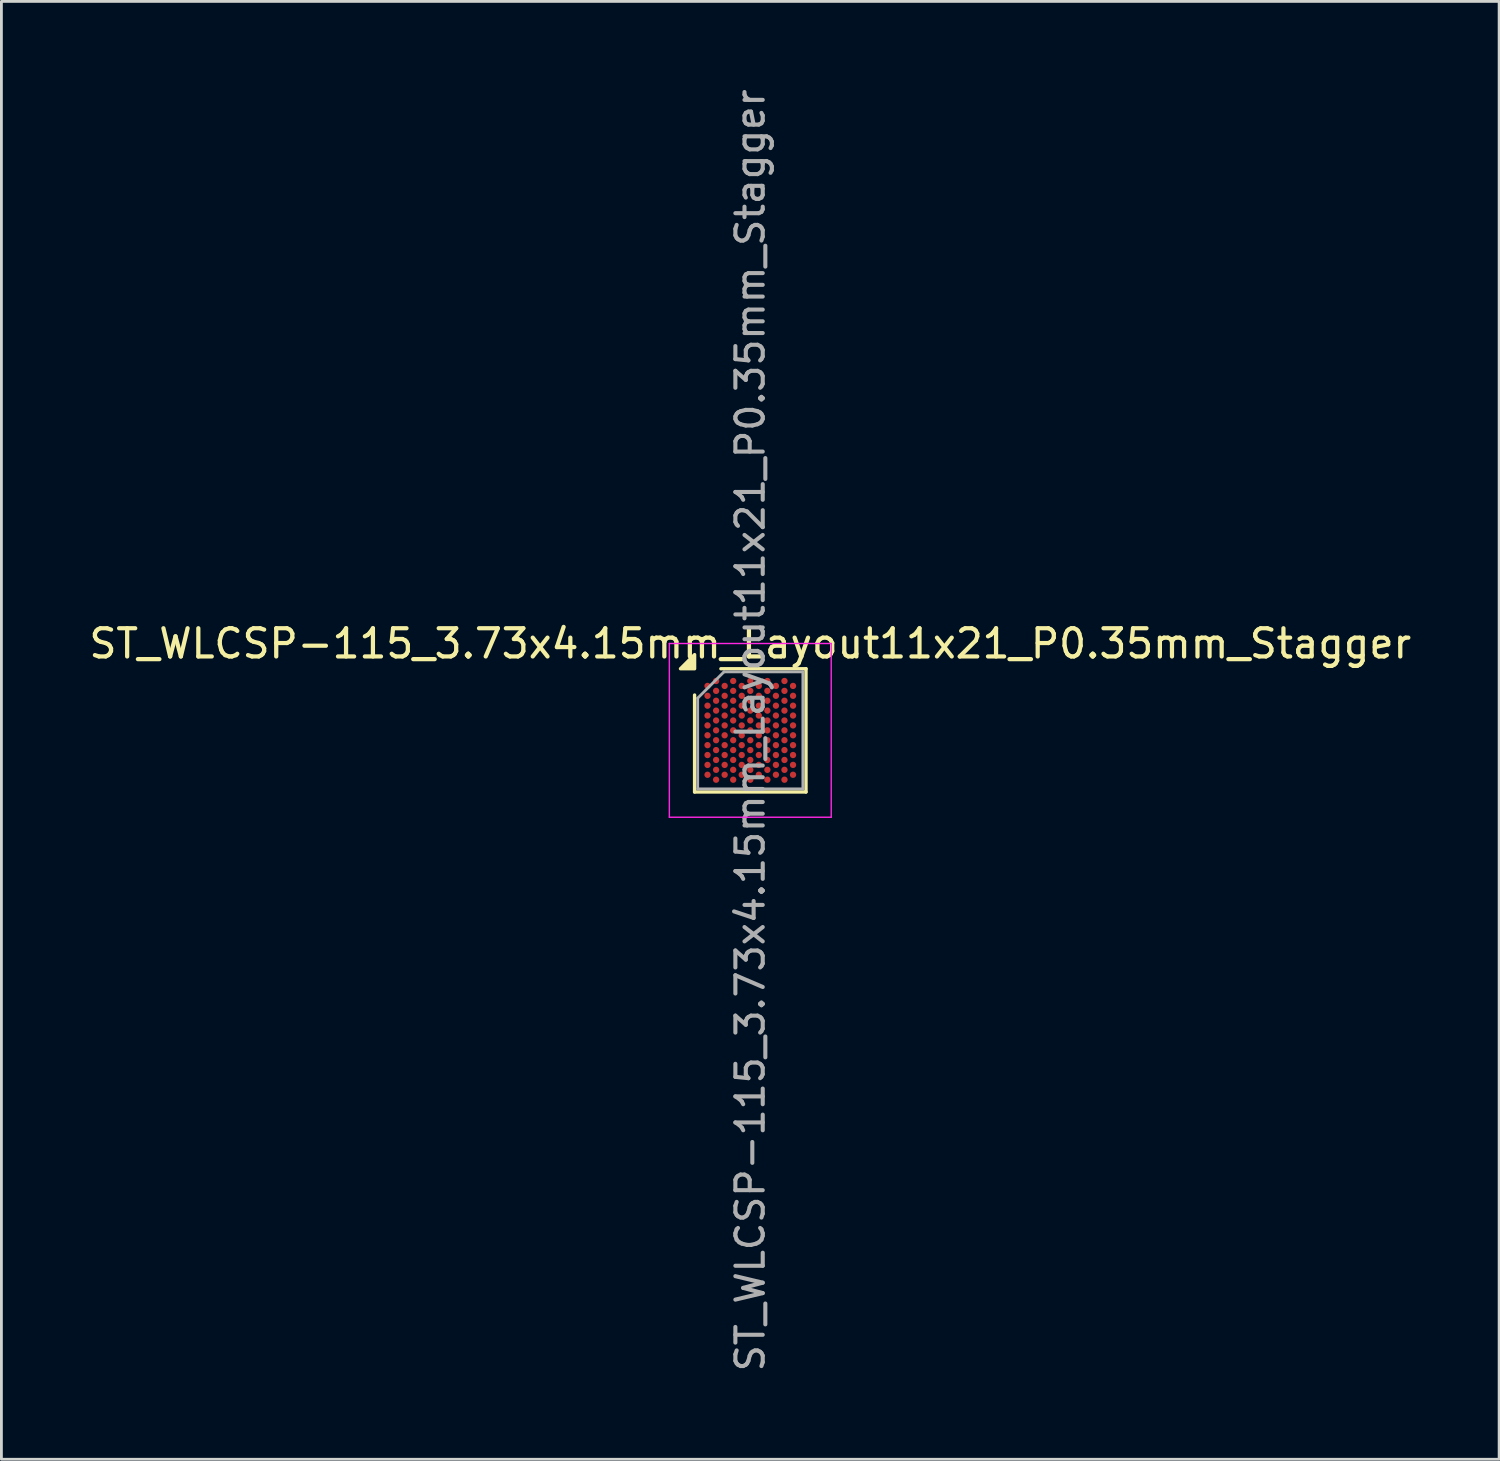
<source format=kicad_pcb>
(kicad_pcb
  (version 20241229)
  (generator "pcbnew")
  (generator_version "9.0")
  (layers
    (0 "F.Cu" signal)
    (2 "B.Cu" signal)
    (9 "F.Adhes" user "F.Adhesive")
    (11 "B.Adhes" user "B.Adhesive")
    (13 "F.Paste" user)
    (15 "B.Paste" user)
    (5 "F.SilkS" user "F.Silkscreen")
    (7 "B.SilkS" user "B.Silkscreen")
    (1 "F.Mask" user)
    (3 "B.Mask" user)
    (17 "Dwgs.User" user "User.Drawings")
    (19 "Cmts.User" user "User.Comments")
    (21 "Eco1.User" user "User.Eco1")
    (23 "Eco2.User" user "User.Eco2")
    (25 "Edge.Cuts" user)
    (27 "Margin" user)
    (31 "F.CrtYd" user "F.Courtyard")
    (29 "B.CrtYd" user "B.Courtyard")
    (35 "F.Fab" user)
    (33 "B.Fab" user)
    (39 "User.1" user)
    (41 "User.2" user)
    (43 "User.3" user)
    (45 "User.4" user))
  (footprint "ST_WLCSP-115_3.73x4.15mm_Layout11x21_P0.35mm_Stagger"
    (layer "F.Cu")
    (at 23.554 22.847)
    (property "Reference" "ST_WLCSP-115_3.73x4.15mm_Layout11x21_P0.35mm_Stagger" (at 0 -3.075 0) (layer "F.SilkS") (effects (font (size 1 1) (thickness 0.15))))
    (attr smd)
    (fp_line (start -1.975 2.185) (end -1.975 -1.252) (stroke (width 0.12) (type solid)) (layer "F.SilkS"))
    (fp_line (start -1.042 -2.185) (end 1.975 -2.185) (stroke (width 0.12) (type solid)) (layer "F.SilkS"))
    (fp_line (start 1.975 -2.185) (end 1.975 2.185) (stroke (width 0.12) (type solid)) (layer "F.SilkS"))
    (fp_line (start 1.975 2.185) (end -1.975 2.185) (stroke (width 0.12) (type solid)) (layer "F.SilkS"))
    (fp_poly (pts (xy -1.975 -2.185) (xy -2.475 -2.185) (xy -1.975 -2.685) (xy -1.975 -2.185)) (stroke (width 0.12) (type solid)) (fill yes) (layer "F.SilkS"))
    (fp_line (start -2.87 -3.08) (end -2.87 3.08) (stroke (width 0.05) (type solid)) (layer "F.CrtYd"))
    (fp_line (start -2.87 3.08) (end 2.87 3.08) (stroke (width 0.05) (type solid)) (layer "F.CrtYd"))
    (fp_line (start 2.87 -3.08) (end -2.87 -3.08) (stroke (width 0.05) (type solid)) (layer "F.CrtYd"))
    (fp_line (start 2.87 3.08) (end 2.87 -3.08) (stroke (width 0.05) (type solid)) (layer "F.CrtYd"))
    (fp_line (start -1.865 -1.143) (end -0.932 -2.075) (stroke (width 0.1) (type solid)) (layer "F.Fab"))
    (fp_line (start -1.865 2.075) (end -1.865 -1.143) (stroke (width 0.1) (type solid)) (layer "F.Fab"))
    (fp_line (start -0.932 -2.075) (end 1.865 -2.075) (stroke (width 0.1) (type solid)) (layer "F.Fab"))
    (fp_line (start 1.865 -2.075) (end 1.865 2.075) (stroke (width 0.1) (type solid)) (layer "F.Fab"))
    (fp_line (start 1.865 2.075) (end -1.865 2.075) (stroke (width 0.1) (type solid)) (layer "F.Fab"))
    (fp_text user "${REFERENCE}" (at 0 0 270) (layer "F.Fab") (effects (font (size 0.97 0.97) (thickness 0.145))))
    (pad "A2" smd circle (at -1.212 -1.75) (size 0.225 0.225) (property pad_prop_bga) (layers "F.Cu" "F.Mask" "F.Paste"))
    (pad "A4" smd circle (at -0.606 -1.75) (size 0.225 0.225) (property pad_prop_bga) (layers "F.Cu" "F.Mask" "F.Paste"))
    (pad "A6" smd circle (at 0 -1.75) (size 0.225 0.225) (property pad_prop_bga) (layers "F.Cu" "F.Mask" "F.Paste"))
    (pad "A8" smd circle (at 0.606 -1.75) (size 0.225 0.225) (property pad_prop_bga) (layers "F.Cu" "F.Mask" "F.Paste"))
    (pad "A10" smd circle (at 1.212 -1.75) (size 0.225 0.225) (property pad_prop_bga) (layers "F.Cu" "F.Mask" "F.Paste"))
    (pad "AA2" smd circle (at -1.212 1.75) (size 0.225 0.225) (property pad_prop_bga) (layers "F.Cu" "F.Mask" "F.Paste"))
    (pad "AA4" smd circle (at -0.606 1.75) (size 0.225 0.225) (property pad_prop_bga) (layers "F.Cu" "F.Mask" "F.Paste"))
    (pad "AA6" smd circle (at 0 1.75) (size 0.225 0.225) (property pad_prop_bga) (layers "F.Cu" "F.Mask" "F.Paste"))
    (pad "AA8" smd circle (at 0.606 1.75) (size 0.225 0.225) (property pad_prop_bga) (layers "F.Cu" "F.Mask" "F.Paste"))
    (pad "AA10" smd circle (at 1.212 1.75) (size 0.225 0.225) (property pad_prop_bga) (layers "F.Cu" "F.Mask" "F.Paste"))
    (pad "B1" smd circle (at -1.516 -1.575) (size 0.225 0.225) (property pad_prop_bga) (layers "F.Cu" "F.Mask" "F.Paste"))
    (pad "B3" smd circle (at -0.909 -1.575) (size 0.225 0.225) (property pad_prop_bga) (layers "F.Cu" "F.Mask" "F.Paste"))
    (pad "B5" smd circle (at -0.303 -1.575) (size 0.225 0.225) (property pad_prop_bga) (layers "F.Cu" "F.Mask" "F.Paste"))
    (pad "B7" smd circle (at 0.303 -1.575) (size 0.225 0.225) (property pad_prop_bga) (layers "F.Cu" "F.Mask" "F.Paste"))
    (pad "B9" smd circle (at 0.909 -1.575) (size 0.225 0.225) (property pad_prop_bga) (layers "F.Cu" "F.Mask" "F.Paste"))
    (pad "B11" smd circle (at 1.516 -1.575) (size 0.225 0.225) (property pad_prop_bga) (layers "F.Cu" "F.Mask" "F.Paste"))
    (pad "C2" smd circle (at -1.212 -1.4) (size 0.225 0.225) (property pad_prop_bga) (layers "F.Cu" "F.Mask" "F.Paste"))
    (pad "C4" smd circle (at -0.606 -1.4) (size 0.225 0.225) (property pad_prop_bga) (layers "F.Cu" "F.Mask" "F.Paste"))
    (pad "C6" smd circle (at 0 -1.4) (size 0.225 0.225) (property pad_prop_bga) (layers "F.Cu" "F.Mask" "F.Paste"))
    (pad "C8" smd circle (at 0.606 -1.4) (size 0.225 0.225) (property pad_prop_bga) (layers "F.Cu" "F.Mask" "F.Paste"))
    (pad "C10" smd circle (at 1.212 -1.4) (size 0.225 0.225) (property pad_prop_bga) (layers "F.Cu" "F.Mask" "F.Paste"))
    (pad "D1" smd circle (at -1.516 -1.225) (size 0.225 0.225) (property pad_prop_bga) (layers "F.Cu" "F.Mask" "F.Paste"))
    (pad "D3" smd circle (at -0.909 -1.225) (size 0.225 0.225) (property pad_prop_bga) (layers "F.Cu" "F.Mask" "F.Paste"))
    (pad "D5" smd circle (at -0.303 -1.225) (size 0.225 0.225) (property pad_prop_bga) (layers "F.Cu" "F.Mask" "F.Paste"))
    (pad "D7" smd circle (at 0.303 -1.225) (size 0.225 0.225) (property pad_prop_bga) (layers "F.Cu" "F.Mask" "F.Paste"))
    (pad "D9" smd circle (at 0.909 -1.225) (size 0.225 0.225) (property pad_prop_bga) (layers "F.Cu" "F.Mask" "F.Paste"))
    (pad "D11" smd circle (at 1.516 -1.225) (size 0.225 0.225) (property pad_prop_bga) (layers "F.Cu" "F.Mask" "F.Paste"))
    (pad "E2" smd circle (at -1.212 -1.05) (size 0.225 0.225) (property pad_prop_bga) (layers "F.Cu" "F.Mask" "F.Paste"))
    (pad "E4" smd circle (at -0.606 -1.05) (size 0.225 0.225) (property pad_prop_bga) (layers "F.Cu" "F.Mask" "F.Paste"))
    (pad "E6" smd circle (at 0 -1.05) (size 0.225 0.225) (property pad_prop_bga) (layers "F.Cu" "F.Mask" "F.Paste"))
    (pad "E8" smd circle (at 0.606 -1.05) (size 0.225 0.225) (property pad_prop_bga) (layers "F.Cu" "F.Mask" "F.Paste"))
    (pad "E10" smd circle (at 1.212 -1.05) (size 0.225 0.225) (property pad_prop_bga) (layers "F.Cu" "F.Mask" "F.Paste"))
    (pad "F1" smd circle (at -1.516 -0.875) (size 0.225 0.225) (property pad_prop_bga) (layers "F.Cu" "F.Mask" "F.Paste"))
    (pad "F3" smd circle (at -0.909 -0.875) (size 0.225 0.225) (property pad_prop_bga) (layers "F.Cu" "F.Mask" "F.Paste"))
    (pad "F5" smd circle (at -0.303 -0.875) (size 0.225 0.225) (property pad_prop_bga) (layers "F.Cu" "F.Mask" "F.Paste"))
    (pad "F7" smd circle (at 0.303 -0.875) (size 0.225 0.225) (property pad_prop_bga) (layers "F.Cu" "F.Mask" "F.Paste"))
    (pad "F9" smd circle (at 0.909 -0.875) (size 0.225 0.225) (property pad_prop_bga) (layers "F.Cu" "F.Mask" "F.Paste"))
    (pad "F11" smd circle (at 1.516 -0.875) (size 0.225 0.225) (property pad_prop_bga) (layers "F.Cu" "F.Mask" "F.Paste"))
    (pad "G2" smd circle (at -1.212 -0.7) (size 0.225 0.225) (property pad_prop_bga) (layers "F.Cu" "F.Mask" "F.Paste"))
    (pad "G4" smd circle (at -0.606 -0.7) (size 0.225 0.225) (property pad_prop_bga) (layers "F.Cu" "F.Mask" "F.Paste"))
    (pad "G6" smd circle (at 0 -0.7) (size 0.225 0.225) (property pad_prop_bga) (layers "F.Cu" "F.Mask" "F.Paste"))
    (pad "G8" smd circle (at 0.606 -0.7) (size 0.225 0.225) (property pad_prop_bga) (layers "F.Cu" "F.Mask" "F.Paste"))
    (pad "G10" smd circle (at 1.212 -0.7) (size 0.225 0.225) (property pad_prop_bga) (layers "F.Cu" "F.Mask" "F.Paste"))
    (pad "H1" smd circle (at -1.516 -0.525) (size 0.225 0.225) (property pad_prop_bga) (layers "F.Cu" "F.Mask" "F.Paste"))
    (pad "H3" smd circle (at -0.909 -0.525) (size 0.225 0.225) (property pad_prop_bga) (layers "F.Cu" "F.Mask" "F.Paste"))
    (pad "H5" smd circle (at -0.303 -0.525) (size 0.225 0.225) (property pad_prop_bga) (layers "F.Cu" "F.Mask" "F.Paste"))
    (pad "H7" smd circle (at 0.303 -0.525) (size 0.225 0.225) (property pad_prop_bga) (layers "F.Cu" "F.Mask" "F.Paste"))
    (pad "H9" smd circle (at 0.909 -0.525) (size 0.225 0.225) (property pad_prop_bga) (layers "F.Cu" "F.Mask" "F.Paste"))
    (pad "H11" smd circle (at 1.516 -0.525) (size 0.225 0.225) (property pad_prop_bga) (layers "F.Cu" "F.Mask" "F.Paste"))
    (pad "J2" smd circle (at -1.212 -0.35) (size 0.225 0.225) (property pad_prop_bga) (layers "F.Cu" "F.Mask" "F.Paste"))
    (pad "J4" smd circle (at -0.606 -0.35) (size 0.225 0.225) (property pad_prop_bga) (layers "F.Cu" "F.Mask" "F.Paste"))
    (pad "J6" smd circle (at 0 -0.35) (size 0.225 0.225) (property pad_prop_bga) (layers "F.Cu" "F.Mask" "F.Paste"))
    (pad "J8" smd circle (at 0.606 -0.35) (size 0.225 0.225) (property pad_prop_bga) (layers "F.Cu" "F.Mask" "F.Paste"))
    (pad "J10" smd circle (at 1.212 -0.35) (size 0.225 0.225) (property pad_prop_bga) (layers "F.Cu" "F.Mask" "F.Paste"))
    (pad "K1" smd circle (at -1.516 -0.175) (size 0.225 0.225) (property pad_prop_bga) (layers "F.Cu" "F.Mask" "F.Paste"))
    (pad "K3" smd circle (at -0.909 -0.175) (size 0.225 0.225) (property pad_prop_bga) (layers "F.Cu" "F.Mask" "F.Paste"))
    (pad "K5" smd circle (at -0.303 -0.175) (size 0.225 0.225) (property pad_prop_bga) (layers "F.Cu" "F.Mask" "F.Paste"))
    (pad "K7" smd circle (at 0.303 -0.175) (size 0.225 0.225) (property pad_prop_bga) (layers "F.Cu" "F.Mask" "F.Paste"))
    (pad "K9" smd circle (at 0.909 -0.175) (size 0.225 0.225) (property pad_prop_bga) (layers "F.Cu" "F.Mask" "F.Paste"))
    (pad "K11" smd circle (at 1.516 -0.175) (size 0.225 0.225) (property pad_prop_bga) (layers "F.Cu" "F.Mask" "F.Paste"))
    (pad "L2" smd circle (at -1.212 0) (size 0.225 0.225) (property pad_prop_bga) (layers "F.Cu" "F.Mask" "F.Paste"))
    (pad "L4" smd circle (at -0.606 0) (size 0.225 0.225) (property pad_prop_bga) (layers "F.Cu" "F.Mask" "F.Paste"))
    (pad "L6" smd circle (at 0 0) (size 0.225 0.225) (property pad_prop_bga) (layers "F.Cu" "F.Mask" "F.Paste"))
    (pad "L8" smd circle (at 0.606 0) (size 0.225 0.225) (property pad_prop_bga) (layers "F.Cu" "F.Mask" "F.Paste"))
    (pad "L10" smd circle (at 1.212 0) (size 0.225 0.225) (property pad_prop_bga) (layers "F.Cu" "F.Mask" "F.Paste"))
    (pad "M1" smd circle (at -1.516 0.175) (size 0.225 0.225) (property pad_prop_bga) (layers "F.Cu" "F.Mask" "F.Paste"))
    (pad "M3" smd circle (at -0.909 0.175) (size 0.225 0.225) (property pad_prop_bga) (layers "F.Cu" "F.Mask" "F.Paste"))
    (pad "M5" smd circle (at -0.303 0.175) (size 0.225 0.225) (property pad_prop_bga) (layers "F.Cu" "F.Mask" "F.Paste"))
    (pad "M7" smd circle (at 0.303 0.175) (size 0.225 0.225) (property pad_prop_bga) (layers "F.Cu" "F.Mask" "F.Paste"))
    (pad "M9" smd circle (at 0.909 0.175) (size 0.225 0.225) (property pad_prop_bga) (layers "F.Cu" "F.Mask" "F.Paste"))
    (pad "M11" smd circle (at 1.516 0.175) (size 0.225 0.225) (property pad_prop_bga) (layers "F.Cu" "F.Mask" "F.Paste"))
    (pad "N2" smd circle (at -1.212 0.35) (size 0.225 0.225) (property pad_prop_bga) (layers "F.Cu" "F.Mask" "F.Paste"))
    (pad "N4" smd circle (at -0.606 0.35) (size 0.225 0.225) (property pad_prop_bga) (layers "F.Cu" "F.Mask" "F.Paste"))
    (pad "N6" smd circle (at 0 0.35) (size 0.225 0.225) (property pad_prop_bga) (layers "F.Cu" "F.Mask" "F.Paste"))
    (pad "N8" smd circle (at 0.606 0.35) (size 0.225 0.225) (property pad_prop_bga) (layers "F.Cu" "F.Mask" "F.Paste"))
    (pad "N10" smd circle (at 1.212 0.35) (size 0.225 0.225) (property pad_prop_bga) (layers "F.Cu" "F.Mask" "F.Paste"))
    (pad "P1" smd circle (at -1.516 0.525) (size 0.225 0.225) (property pad_prop_bga) (layers "F.Cu" "F.Mask" "F.Paste"))
    (pad "P3" smd circle (at -0.909 0.525) (size 0.225 0.225) (property pad_prop_bga) (layers "F.Cu" "F.Mask" "F.Paste"))
    (pad "P5" smd circle (at -0.303 0.525) (size 0.225 0.225) (property pad_prop_bga) (layers "F.Cu" "F.Mask" "F.Paste"))
    (pad "P7" smd circle (at 0.303 0.525) (size 0.225 0.225) (property pad_prop_bga) (layers "F.Cu" "F.Mask" "F.Paste"))
    (pad "P9" smd circle (at 0.909 0.525) (size 0.225 0.225) (property pad_prop_bga) (layers "F.Cu" "F.Mask" "F.Paste"))
    (pad "P11" smd circle (at 1.516 0.525) (size 0.225 0.225) (property pad_prop_bga) (layers "F.Cu" "F.Mask" "F.Paste"))
    (pad "R2" smd circle (at -1.212 0.7) (size 0.225 0.225) (property pad_prop_bga) (layers "F.Cu" "F.Mask" "F.Paste"))
    (pad "R4" smd circle (at -0.606 0.7) (size 0.225 0.225) (property pad_prop_bga) (layers "F.Cu" "F.Mask" "F.Paste"))
    (pad "R6" smd circle (at 0 0.7) (size 0.225 0.225) (property pad_prop_bga) (layers "F.Cu" "F.Mask" "F.Paste"))
    (pad "R8" smd circle (at 0.606 0.7) (size 0.225 0.225) (property pad_prop_bga) (layers "F.Cu" "F.Mask" "F.Paste"))
    (pad "R10" smd circle (at 1.212 0.7) (size 0.225 0.225) (property pad_prop_bga) (layers "F.Cu" "F.Mask" "F.Paste"))
    (pad "T1" smd circle (at -1.516 0.875) (size 0.225 0.225) (property pad_prop_bga) (layers "F.Cu" "F.Mask" "F.Paste"))
    (pad "T3" smd circle (at -0.909 0.875) (size 0.225 0.225) (property pad_prop_bga) (layers "F.Cu" "F.Mask" "F.Paste"))
    (pad "T5" smd circle (at -0.303 0.875) (size 0.225 0.225) (property pad_prop_bga) (layers "F.Cu" "F.Mask" "F.Paste"))
    (pad "T7" smd circle (at 0.303 0.875) (size 0.225 0.225) (property pad_prop_bga) (layers "F.Cu" "F.Mask" "F.Paste"))
    (pad "T9" smd circle (at 0.909 0.875) (size 0.225 0.225) (property pad_prop_bga) (layers "F.Cu" "F.Mask" "F.Paste"))
    (pad "T11" smd circle (at 1.516 0.875) (size 0.225 0.225) (property pad_prop_bga) (layers "F.Cu" "F.Mask" "F.Paste"))
    (pad "U2" smd circle (at -1.212 1.05) (size 0.225 0.225) (property pad_prop_bga) (layers "F.Cu" "F.Mask" "F.Paste"))
    (pad "U4" smd circle (at -0.606 1.05) (size 0.225 0.225) (property pad_prop_bga) (layers "F.Cu" "F.Mask" "F.Paste"))
    (pad "U6" smd circle (at 0 1.05) (size 0.225 0.225) (property pad_prop_bga) (layers "F.Cu" "F.Mask" "F.Paste"))
    (pad "U8" smd circle (at 0.606 1.05) (size 0.225 0.225) (property pad_prop_bga) (layers "F.Cu" "F.Mask" "F.Paste"))
    (pad "U10" smd circle (at 1.212 1.05) (size 0.225 0.225) (property pad_prop_bga) (layers "F.Cu" "F.Mask" "F.Paste"))
    (pad "V1" smd circle (at -1.516 1.225) (size 0.225 0.225) (property pad_prop_bga) (layers "F.Cu" "F.Mask" "F.Paste"))
    (pad "V3" smd circle (at -0.909 1.225) (size 0.225 0.225) (property pad_prop_bga) (layers "F.Cu" "F.Mask" "F.Paste"))
    (pad "V5" smd circle (at -0.303 1.225) (size 0.225 0.225) (property pad_prop_bga) (layers "F.Cu" "F.Mask" "F.Paste"))
    (pad "V7" smd circle (at 0.303 1.225) (size 0.225 0.225) (property pad_prop_bga) (layers "F.Cu" "F.Mask" "F.Paste"))
    (pad "V9" smd circle (at 0.909 1.225) (size 0.225 0.225) (property pad_prop_bga) (layers "F.Cu" "F.Mask" "F.Paste"))
    (pad "V11" smd circle (at 1.516 1.225) (size 0.225 0.225) (property pad_prop_bga) (layers "F.Cu" "F.Mask" "F.Paste"))
    (pad "W2" smd circle (at -1.212 1.4) (size 0.225 0.225) (property pad_prop_bga) (layers "F.Cu" "F.Mask" "F.Paste"))
    (pad "W4" smd circle (at -0.606 1.4) (size 0.225 0.225) (property pad_prop_bga) (layers "F.Cu" "F.Mask" "F.Paste"))
    (pad "W6" smd circle (at 0 1.4) (size 0.225 0.225) (property pad_prop_bga) (layers "F.Cu" "F.Mask" "F.Paste"))
    (pad "W8" smd circle (at 0.606 1.4) (size 0.225 0.225) (property pad_prop_bga) (layers "F.Cu" "F.Mask" "F.Paste"))
    (pad "W10" smd circle (at 1.212 1.4) (size 0.225 0.225) (property pad_prop_bga) (layers "F.Cu" "F.Mask" "F.Paste"))
    (pad "Y1" smd circle (at -1.516 1.575) (size 0.225 0.225) (property pad_prop_bga) (layers "F.Cu" "F.Mask" "F.Paste"))
    (pad "Y3" smd circle (at -0.909 1.575) (size 0.225 0.225) (property pad_prop_bga) (layers "F.Cu" "F.Mask" "F.Paste"))
    (pad "Y5" smd circle (at -0.303 1.575) (size 0.225 0.225) (property pad_prop_bga) (layers "F.Cu" "F.Mask" "F.Paste"))
    (pad "Y7" smd circle (at 0.303 1.575) (size 0.225 0.225) (property pad_prop_bga) (layers "F.Cu" "F.Mask" "F.Paste"))
    (pad "Y9" smd circle (at 0.909 1.575) (size 0.225 0.225) (property pad_prop_bga) (layers "F.Cu" "F.Mask" "F.Paste"))
    (pad "Y11" smd circle (at 1.516 1.575) (size 0.225 0.225) (property pad_prop_bga) (layers "F.Cu" "F.Mask" "F.Paste")))
  (gr_rect
    (start -3 -3)
    (end 50.107 48.694)
    (stroke (width 0.1) (type default))
    (fill no)
    (layer "Edge.Cuts")))
</source>
